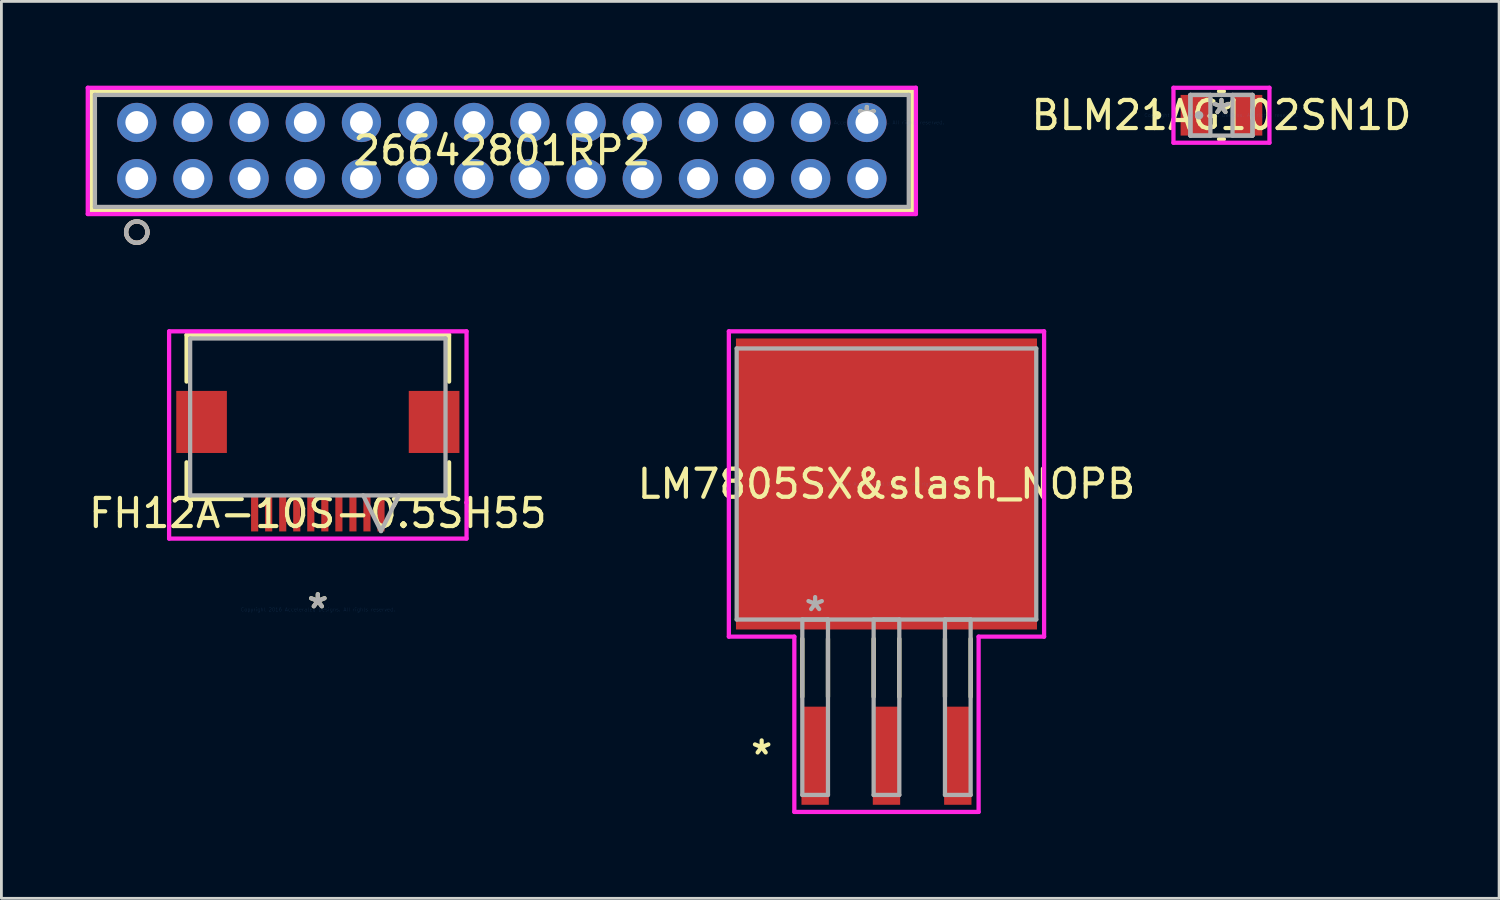
<source format=kicad_pcb>
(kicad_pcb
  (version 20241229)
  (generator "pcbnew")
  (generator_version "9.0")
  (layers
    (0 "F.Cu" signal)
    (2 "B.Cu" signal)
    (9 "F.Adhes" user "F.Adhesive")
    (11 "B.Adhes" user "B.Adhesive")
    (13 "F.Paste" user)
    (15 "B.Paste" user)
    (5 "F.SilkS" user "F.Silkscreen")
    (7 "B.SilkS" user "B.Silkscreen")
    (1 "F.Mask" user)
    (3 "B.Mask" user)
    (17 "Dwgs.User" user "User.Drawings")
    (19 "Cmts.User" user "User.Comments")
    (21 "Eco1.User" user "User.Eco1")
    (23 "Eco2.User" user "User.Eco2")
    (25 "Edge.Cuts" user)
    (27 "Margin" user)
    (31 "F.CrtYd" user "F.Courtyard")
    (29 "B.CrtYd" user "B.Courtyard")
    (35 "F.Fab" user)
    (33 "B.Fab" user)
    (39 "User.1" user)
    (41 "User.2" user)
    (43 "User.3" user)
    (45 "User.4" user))
  (footprint "LM7805SX&slash_NOPB"
    (layer "F.Cu")
    (at 28.518 14.185)
    (property "Reference" "LM7805SX&slash_NOPB" (at 0 0 0) (layer "F.SilkS") (effects (font (size 1 1) (thickness 0.15))))
    (attr through_hole)
    (fp_line (start -2.997 5.514) (end -2.997 7.575) (stroke (width 0.152) (type solid)) (layer "F.SilkS"))
    (fp_line (start -2.083 5.514) (end -2.083 7.575) (stroke (width 0.152) (type solid)) (layer "F.SilkS"))
    (fp_line (start -0.457 5.514) (end -0.457 7.575) (stroke (width 0.152) (type solid)) (layer "F.SilkS"))
    (fp_line (start 0.457 5.514) (end 0.457 7.575) (stroke (width 0.152) (type solid)) (layer "F.SilkS"))
    (fp_line (start 2.083 5.514) (end 2.083 7.575) (stroke (width 0.152) (type solid)) (layer "F.SilkS"))
    (fp_line (start 2.997 5.514) (end 2.997 7.575) (stroke (width 0.152) (type solid)) (layer "F.SilkS"))
    (fp_line (start -5.613 -5.436) (end 5.613 -5.436) (stroke (width 0.152) (type solid)) (layer "F.CrtYd"))
    (fp_line (start -5.613 5.436) (end -5.613 -5.436) (stroke (width 0.152) (type solid)) (layer "F.CrtYd"))
    (fp_line (start -3.281 5.436) (end -5.613 5.436) (stroke (width 0.152) (type solid)) (layer "F.CrtYd"))
    (fp_line (start -3.281 11.678) (end -3.281 5.436) (stroke (width 0.152) (type solid)) (layer "F.CrtYd"))
    (fp_line (start 3.281 5.436) (end 3.281 11.678) (stroke (width 0.152) (type solid)) (layer "F.CrtYd"))
    (fp_line (start 3.281 11.678) (end -3.281 11.678) (stroke (width 0.152) (type solid)) (layer "F.CrtYd"))
    (fp_line (start 5.613 -5.436) (end 5.613 5.436) (stroke (width 0.152) (type solid)) (layer "F.CrtYd"))
    (fp_line (start 5.613 5.436) (end 3.281 5.436) (stroke (width 0.152) (type solid)) (layer "F.CrtYd"))
    (fp_line (start -5.334 -4.826) (end -5.334 4.826) (stroke (width 0.152) (type solid)) (layer "F.Fab"))
    (fp_line (start -5.334 4.826) (end 5.334 4.826) (stroke (width 0.152) (type solid)) (layer "F.Fab"))
    (fp_line (start -2.997 4.826) (end -2.997 11.074) (stroke (width 0.152) (type solid)) (layer "F.Fab"))
    (fp_line (start -2.997 11.074) (end -2.083 11.074) (stroke (width 0.152) (type solid)) (layer "F.Fab"))
    (fp_line (start -2.083 4.826) (end -2.997 4.826) (stroke (width 0.152) (type solid)) (layer "F.Fab"))
    (fp_line (start -2.083 11.074) (end -2.083 4.826) (stroke (width 0.152) (type solid)) (layer "F.Fab"))
    (fp_line (start -0.457 4.826) (end -0.457 11.074) (stroke (width 0.152) (type solid)) (layer "F.Fab"))
    (fp_line (start -0.457 11.074) (end 0.457 11.074) (stroke (width 0.152) (type solid)) (layer "F.Fab"))
    (fp_line (start 0.457 4.826) (end -0.457 4.826) (stroke (width 0.152) (type solid)) (layer "F.Fab"))
    (fp_line (start 0.457 11.074) (end 0.457 4.826) (stroke (width 0.152) (type solid)) (layer "F.Fab"))
    (fp_line (start 2.083 4.826) (end 2.083 11.074) (stroke (width 0.152) (type solid)) (layer "F.Fab"))
    (fp_line (start 2.083 11.074) (end 2.997 11.074) (stroke (width 0.152) (type solid)) (layer "F.Fab"))
    (fp_line (start 2.997 4.826) (end 2.083 4.826) (stroke (width 0.152) (type solid)) (layer "F.Fab"))
    (fp_line (start 2.997 11.074) (end 2.997 4.826) (stroke (width 0.152) (type solid)) (layer "F.Fab"))
    (fp_line (start 5.334 -4.826) (end -5.334 -4.826) (stroke (width 0.152) (type solid)) (layer "F.Fab"))
    (fp_line (start 5.334 4.826) (end 5.334 -4.826) (stroke (width 0.152) (type solid)) (layer "F.Fab"))
    (fp_text user "*" (at -4.445 9.677 0) (layer "F.SilkS") (effects (font (size 1 1) (thickness 0.15))))
    (fp_text user "Copyright 2016 Accelerated Designs. All rights reserved." (at 0 0 0) (layer "Cmts.User") (effects (font (size 0.127 0.127) (thickness 0.002))))
    (fp_text user "*" (at -2.54 4.572 0) (layer "F.Fab") (effects (font (size 1 1) (thickness 0.15))))
    (pad "1" smd rect (at -2.54 9.677) (size 0.974 3.494) (layers "F.Cu" "F.Mask" "F.Paste"))
    (pad "2" smd rect (at 0 9.677) (size 0.974 3.494) (layers "F.Cu" "F.Mask" "F.Paste"))
    (pad "3" smd rect (at 2.54 9.677) (size 0.974 3.494) (layers "F.Cu" "F.Mask" "F.Paste"))
    (pad "4" smd rect (at 0 0) (size 10.719 10.363) (layers "F.Cu" "F.Mask" "F.Paste")))
  (footprint "BLM21AG102SN1D"
    (layer "F.Cu")
    (at 40.447 1.054)
    (property "Reference" "BLM21AG102SN1D" (at 0 0 0) (layer "F.SilkS") (effects (font (size 1 1) (thickness 0.15))))
    (attr through_hole)
    (fp_line (start -0.086 0.851) (end 0.086 0.851) (stroke (width 0.152) (type solid)) (layer "F.SilkS"))
    (fp_line (start 0.086 -0.851) (end -0.086 -0.851) (stroke (width 0.152) (type solid)) (layer "F.SilkS"))
    (fp_circle (center -2.293 0) (end -2.217 0) (stroke (width 0.152) (type solid)) (fill no) (layer "F.SilkS"))
    (fp_line (start -1.709 -0.978) (end 1.709 -0.978) (stroke (width 0.152) (type solid)) (layer "F.CrtYd"))
    (fp_line (start -1.709 0.978) (end -1.709 -0.978) (stroke (width 0.152) (type solid)) (layer "F.CrtYd"))
    (fp_line (start 1.709 -0.978) (end 1.709 0.978) (stroke (width 0.152) (type solid)) (layer "F.CrtYd"))
    (fp_line (start 1.709 0.978) (end -1.709 0.978) (stroke (width 0.152) (type solid)) (layer "F.CrtYd"))
    (fp_line (start -1.105 -0.724) (end -1.105 0.724) (stroke (width 0.152) (type solid)) (layer "F.Fab"))
    (fp_line (start -1.105 -0.724) (end -1.105 0.724) (stroke (width 0.152) (type solid)) (layer "F.Fab"))
    (fp_line (start -1.105 0.724) (end -0.394 0.724) (stroke (width 0.152) (type solid)) (layer "F.Fab"))
    (fp_line (start -1.105 0.724) (end 1.105 0.724) (stroke (width 0.152) (type solid)) (layer "F.Fab"))
    (fp_line (start -0.394 -0.724) (end -1.105 -0.724) (stroke (width 0.152) (type solid)) (layer "F.Fab"))
    (fp_line (start -0.394 0.724) (end -0.394 -0.724) (stroke (width 0.152) (type solid)) (layer "F.Fab"))
    (fp_line (start 0.394 -0.724) (end 0.394 0.724) (stroke (width 0.152) (type solid)) (layer "F.Fab"))
    (fp_line (start 0.394 0.724) (end 1.105 0.724) (stroke (width 0.152) (type solid)) (layer "F.Fab"))
    (fp_line (start 1.105 -0.724) (end -1.105 -0.724) (stroke (width 0.152) (type solid)) (layer "F.Fab"))
    (fp_line (start 1.105 -0.724) (end 0.394 -0.724) (stroke (width 0.152) (type solid)) (layer "F.Fab"))
    (fp_line (start 1.105 0.724) (end 1.105 -0.724) (stroke (width 0.152) (type solid)) (layer "F.Fab"))
    (fp_line (start 1.105 0.724) (end 1.105 -0.724) (stroke (width 0.152) (type solid)) (layer "F.Fab"))
    (fp_circle (center -0.797 0) (end -0.721 0) (stroke (width 0.152) (type solid)) (fill no) (layer "F.Fab"))
    (fp_text user "*" (at 0 0 0) (layer "F.SilkS") (effects (font (size 1 1) (thickness 0.15))))
    (fp_text user "Copyright 2016 Accelerated Designs. All rights reserved." (at 0 0 0) (layer "Cmts.User") (effects (font (size 0.127 0.127) (thickness 0.002))))
    (fp_text user "*" (at 0 0 0) (layer "F.Fab") (effects (font (size 1 1) (thickness 0.15))))
    (pad "1" smd rect (at -0.924 0) (size 1.061 1.448) (layers "F.Cu" "F.Mask" "F.Paste"))
    (pad "2" smd rect (at 0.924 0) (size 1.061 1.448) (layers "F.Cu" "F.Mask" "F.Paste")))
  (footprint "26642801RP2"
    (layer "F.Cu")
    (at 27.821 1.311)
    (property "Reference" "26642801RP2" (at -13 1 0) (layer "F.SilkS") (effects (font (size 1 1) (thickness 0.15))))
    (attr through_hole)
    (fp_line (start -27.618 -1.108) (end -27.618 3.134) (stroke (width 0.152) (type solid)) (layer "F.SilkS"))
    (fp_line (start -27.618 3.134) (end 1.618 3.134) (stroke (width 0.152) (type solid)) (layer "F.SilkS"))
    (fp_line (start 1.618 -1.108) (end -27.618 -1.108) (stroke (width 0.152) (type solid)) (layer "F.SilkS"))
    (fp_line (start 1.618 3.134) (end 1.618 -1.108) (stroke (width 0.152) (type solid)) (layer "F.SilkS"))
    (fp_circle (center -26 3.905) (end -25.619 3.905) (stroke (width 0.152) (type solid)) (fill no) (layer "F.SilkS"))
    (fp_circle (center -26 3.905) (end -25.619 3.905) (stroke (width 0.152) (type solid)) (fill no) (layer "B.SilkS"))
    (fp_line (start -27.745 -1.235) (end -27.745 3.261) (stroke (width 0.152) (type solid)) (layer "F.CrtYd"))
    (fp_line (start -27.745 3.261) (end 1.745 3.261) (stroke (width 0.152) (type solid)) (layer "F.CrtYd"))
    (fp_line (start 1.745 -1.235) (end -27.745 -1.235) (stroke (width 0.152) (type solid)) (layer "F.CrtYd"))
    (fp_line (start 1.745 3.261) (end 1.745 -1.235) (stroke (width 0.152) (type solid)) (layer "F.CrtYd"))
    (fp_line (start -27.491 -0.981) (end -27.491 3.007) (stroke (width 0.152) (type solid)) (layer "F.Fab"))
    (fp_line (start -27.491 3.007) (end 1.491 3.007) (stroke (width 0.152) (type solid)) (layer "F.Fab"))
    (fp_line (start 1.491 -0.981) (end -27.491 -0.981) (stroke (width 0.152) (type solid)) (layer "F.Fab"))
    (fp_line (start 1.491 3.007) (end 1.491 -0.981) (stroke (width 0.152) (type solid)) (layer "F.Fab"))
    (fp_circle (center -26 3.905) (end -25.619 3.905) (stroke (width 0.152) (type solid)) (fill no) (layer "F.Fab"))
    (fp_text user "*" (at 0 0 0) (layer "F.SilkS") (effects (font (size 1 1) (thickness 0.15))))
    (fp_text user "Copyright 2016 Accelerated Designs. All rights reserved." (at 0 0 0) (layer "Cmts.User") (effects (font (size 0.127 0.127) (thickness 0.002))))
    (fp_text user "*" (at 0 0 0) (layer "F.Fab") (effects (font (size 1 1) (thickness 0.15))))
    (pad "1" thru_hole circle (at -26 2) (size 1.397 1.397) (drill 0.813) (layers "*.Cu" "*.Mask"))
    (pad "2" thru_hole circle (at -26 -0.000001) (size 1.397 1.397) (drill 0.813) (layers "*.Cu" "*.Mask"))
    (pad "3" thru_hole circle (at -24 2) (size 1.397 1.397) (drill 0.813) (layers "*.Cu" "*.Mask"))
    (pad "4" thru_hole circle (at -24 -0.000001) (size 1.397 1.397) (drill 0.813) (layers "*.Cu" "*.Mask"))
    (pad "5" thru_hole circle (at -22 2) (size 1.397 1.397) (drill 0.813) (layers "*.Cu" "*.Mask"))
    (pad "6" thru_hole circle (at -22 -0.000001) (size 1.397 1.397) (drill 0.813) (layers "*.Cu" "*.Mask"))
    (pad "7" thru_hole circle (at -20 2) (size 1.397 1.397) (drill 0.813) (layers "*.Cu" "*.Mask"))
    (pad "8" thru_hole circle (at -20 -0.000001) (size 1.397 1.397) (drill 0.813) (layers "*.Cu" "*.Mask"))
    (pad "9" thru_hole circle (at -18 2) (size 1.397 1.397) (drill 0.813) (layers "*.Cu" "*.Mask"))
    (pad "10" thru_hole circle (at -18 -0.000001) (size 1.397 1.397) (drill 0.813) (layers "*.Cu" "*.Mask"))
    (pad "11" thru_hole circle (at -16 2) (size 1.397 1.397) (drill 0.813) (layers "*.Cu" "*.Mask"))
    (pad "12" thru_hole circle (at -16 -0.000001) (size 1.397 1.397) (drill 0.813) (layers "*.Cu" "*.Mask"))
    (pad "13" thru_hole circle (at -14 2) (size 1.397 1.397) (drill 0.813) (layers "*.Cu" "*.Mask"))
    (pad "14" thru_hole circle (at -14 -0.000001) (size 1.397 1.397) (drill 0.813) (layers "*.Cu" "*.Mask"))
    (pad "15" thru_hole circle (at -12 2) (size 1.397 1.397) (drill 0.813) (layers "*.Cu" "*.Mask"))
    (pad "16" thru_hole circle (at -12 -0.000001) (size 1.397 1.397) (drill 0.813) (layers "*.Cu" "*.Mask"))
    (pad "17" thru_hole circle (at -10 2) (size 1.397 1.397) (drill 0.813) (layers "*.Cu" "*.Mask"))
    (pad "18" thru_hole circle (at -10 -0.000001) (size 1.397 1.397) (drill 0.813) (layers "*.Cu" "*.Mask"))
    (pad "19" thru_hole circle (at -8 2) (size 1.397 1.397) (drill 0.813) (layers "*.Cu" "*.Mask"))
    (pad "20" thru_hole circle (at -8 -0.000001) (size 1.397 1.397) (drill 0.813) (layers "*.Cu" "*.Mask"))
    (pad "21" thru_hole circle (at -6 2) (size 1.397 1.397) (drill 0.813) (layers "*.Cu" "*.Mask"))
    (pad "22" thru_hole circle (at -6 -0.000001) (size 1.397 1.397) (drill 0.813) (layers "*.Cu" "*.Mask"))
    (pad "23" thru_hole circle (at -4 2) (size 1.397 1.397) (drill 0.813) (layers "*.Cu" "*.Mask"))
    (pad "24" thru_hole circle (at -4 -0.000001) (size 1.397 1.397) (drill 0.813) (layers "*.Cu" "*.Mask"))
    (pad "25" thru_hole circle (at -2 2) (size 1.397 1.397) (drill 0.813) (layers "*.Cu" "*.Mask"))
    (pad "26" thru_hole circle (at -2 -0.000001) (size 1.397 1.397) (drill 0.813) (layers "*.Cu" "*.Mask"))
    (pad "27" thru_hole circle (at -0.000001 2) (size 1.397 1.397) (drill 0.813) (layers "*.Cu" "*.Mask"))
    (pad "28" thru_hole circle (at -0.000001 -0.000001) (size 1.397 1.397) (drill 0.813) (layers "*.Cu" "*.Mask")))
  (footprint "FH12A-10S-0.5SH55"
    (layer "F.Cu")
    (at 8.268 18.656)
    (property "Reference" "FH12A-10S-0.5SH55" (at 0 -3.429 0) (layer "F.SilkS") (effects (font (size 1 1) (thickness 0.15))))
    (attr through_hole)
    (fp_line (start -4.674 -9.779) (end -4.674 -8.118) (stroke (width 0.152) (type solid)) (layer "F.SilkS"))
    (fp_line (start -4.674 -5.243) (end -4.674 -3.937) (stroke (width 0.152) (type solid)) (layer "F.SilkS"))
    (fp_line (start -4.674 -3.937) (end -2.71 -3.937) (stroke (width 0.152) (type solid)) (layer "F.SilkS"))
    (fp_line (start 2.71 -3.937) (end 4.674 -3.937) (stroke (width 0.152) (type solid)) (layer "F.SilkS"))
    (fp_line (start 2.885 -4.064) (end 2.71 -3.713) (stroke (width 0.152) (type solid)) (layer "F.SilkS"))
    (fp_line (start 4.674 -9.779) (end -4.674 -9.779) (stroke (width 0.152) (type solid)) (layer "F.SilkS"))
    (fp_line (start 4.674 -8.118) (end 4.674 -9.779) (stroke (width 0.152) (type solid)) (layer "F.SilkS"))
    (fp_line (start 4.674 -3.937) (end 4.674 -5.243) (stroke (width 0.152) (type solid)) (layer "F.SilkS"))
    (fp_line (start -5.296 -9.906) (end -5.296 -3.81) (stroke (width 0.152) (type solid)) (layer "F.CrtYd"))
    (fp_line (start -5.296 -3.81) (end -5.296 -3.81) (stroke (width 0.152) (type solid)) (layer "F.CrtYd"))
    (fp_line (start -5.296 -3.81) (end -5.296 -2.527) (stroke (width 0.152) (type solid)) (layer "F.CrtYd"))
    (fp_line (start -5.296 -2.527) (end 5.296 -2.527) (stroke (width 0.152) (type solid)) (layer "F.CrtYd"))
    (fp_line (start 5.296 -9.906) (end -5.296 -9.906) (stroke (width 0.152) (type solid)) (layer "F.CrtYd"))
    (fp_line (start 5.296 -3.81) (end 5.296 -9.906) (stroke (width 0.152) (type solid)) (layer "F.CrtYd"))
    (fp_line (start 5.296 -3.81) (end 5.296 -3.81) (stroke (width 0.152) (type solid)) (layer "F.CrtYd"))
    (fp_line (start 5.296 -2.527) (end 5.296 -3.81) (stroke (width 0.152) (type solid)) (layer "F.CrtYd"))
    (fp_line (start -4.547 -9.652) (end -4.547 -4.064) (stroke (width 0.152) (type solid)) (layer "F.Fab"))
    (fp_line (start -4.547 -4.064) (end 4.547 -4.064) (stroke (width 0.152) (type solid)) (layer "F.Fab"))
    (fp_line (start 1.615 -4.064) (end 2.25 -2.794) (stroke (width 0.152) (type solid)) (layer "F.Fab"))
    (fp_line (start 2.885 -4.064) (end 2.25 -2.794) (stroke (width 0.152) (type solid)) (layer "F.Fab"))
    (fp_line (start 4.547 -9.652) (end -4.547 -9.652) (stroke (width 0.152) (type solid)) (layer "F.Fab"))
    (fp_line (start 4.547 -4.064) (end 4.547 -9.652) (stroke (width 0.152) (type solid)) (layer "F.Fab"))
    (fp_text user "*" (at 0 0 0) (layer "F.SilkS") (effects (font (size 1 1) (thickness 0.15))))
    (fp_text user "Copyright 2016 Accelerated Designs. All rights reserved." (at 0 0 0) (layer "Cmts.User") (effects (font (size 0.127 0.127) (thickness 0.002))))
    (fp_text user "*" (at 0 0 0) (layer "F.Fab") (effects (font (size 1 1) (thickness 0.15))))
    (pad "1" smd rect (at 2.25 -3.429 90) (size 1.295 0.254) (layers "F.Cu" "F.Mask" "F.Paste"))
    (pad "2" smd rect (at 1.75 -3.429 90) (size 1.295 0.254) (layers "F.Cu" "F.Mask" "F.Paste"))
    (pad "3" smd rect (at 1.25 -3.429 90) (size 1.295 0.254) (layers "F.Cu" "F.Mask" "F.Paste"))
    (pad "4" smd rect (at 0.75 -3.429 90) (size 1.295 0.254) (layers "F.Cu" "F.Mask" "F.Paste"))
    (pad "5" smd rect (at 0.25 -3.429 90) (size 1.295 0.254) (layers "F.Cu" "F.Mask" "F.Paste"))
    (pad "6" smd rect (at -0.25 -3.429 90) (size 1.295 0.254) (layers "F.Cu" "F.Mask" "F.Paste"))
    (pad "7" smd rect (at -0.75 -3.429 90) (size 1.295 0.254) (layers "F.Cu" "F.Mask" "F.Paste"))
    (pad "8" smd rect (at -1.25 -3.429 90) (size 1.295 0.254) (layers "F.Cu" "F.Mask" "F.Paste"))
    (pad "9" smd rect (at -1.75 -3.429 90) (size 1.295 0.254) (layers "F.Cu" "F.Mask" "F.Paste"))
    (pad "10" smd rect (at -2.25 -3.429 90) (size 1.295 0.254) (layers "F.Cu" "F.Mask" "F.Paste"))
    (pad "11" smd rect (at -4.14 -6.68) (size 1.803 2.21) (layers "F.Cu" "F.Mask" "F.Paste"))
    (pad "12" smd rect (at 4.14 -6.68) (size 1.803 2.21) (layers "F.Cu" "F.Mask" "F.Paste")))
  (gr_rect
    (start -3 -3)
    (end 50.334 28.94)
    (stroke (width 0.1) (type default))
    (fill no)
    (layer "Edge.Cuts")))
</source>
